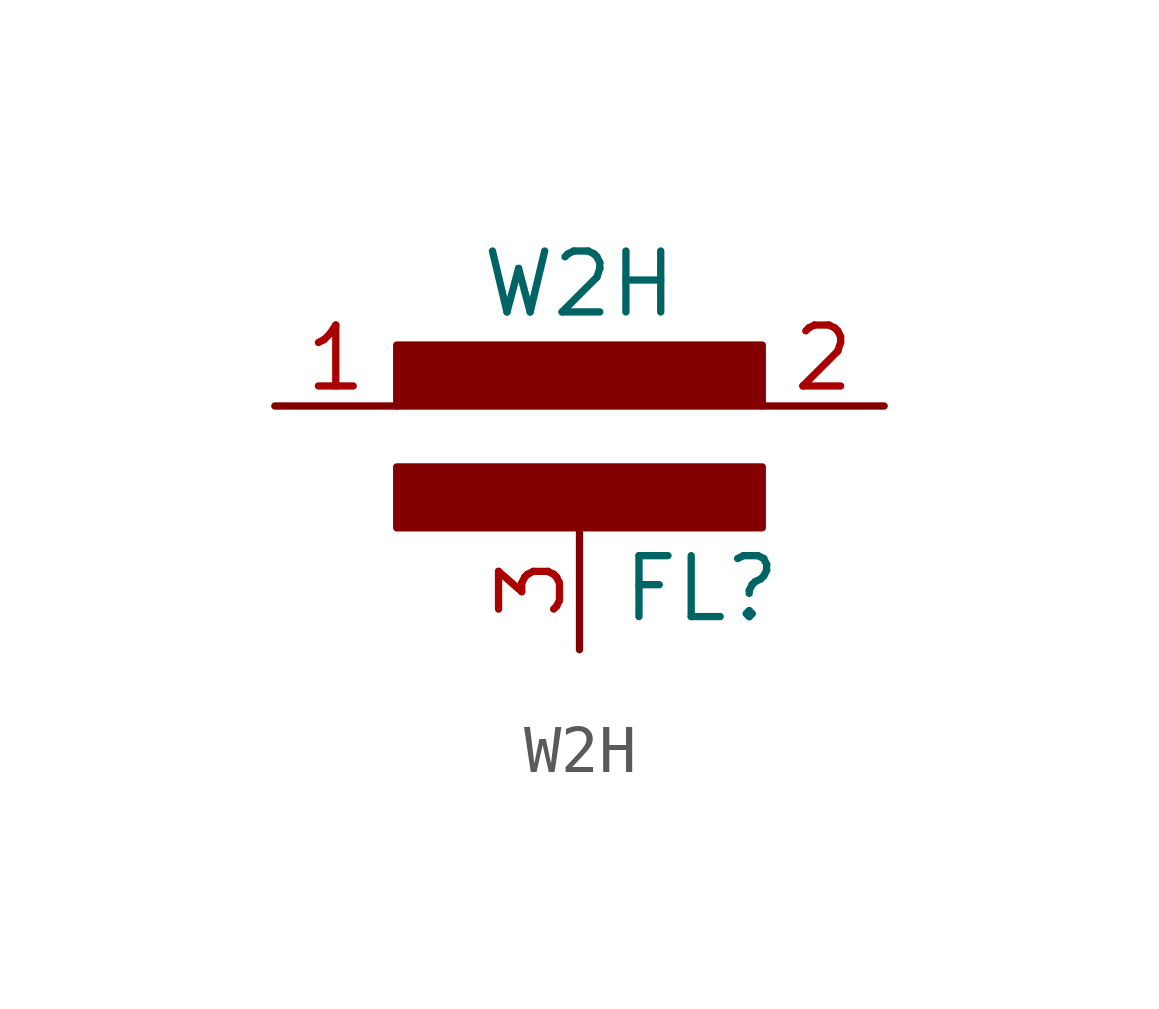
<source format=kicad_sym>
(kicad_symbol_lib
  (version 20201005)
  (generator kicad_symbol_editor)
  (symbol "feedthrough:W2H"
    (property "Reference" "FL"
      (at 2.54 -3.81 0)
      (effects (font (size 1.27 1.27))))
    (property "Value" "W2H"
      (at 0 2.54 0)
      (effects (font (size 1.27 1.27))))
    (symbol "W2H_0_1"
      (rectangle (start 3.81 -2.54) (end -3.81 -1.27) (stroke (width 0.152)) (fill (type outline)))
      (rectangle (start 3.81 0) (end -3.81 1.27) (stroke (width 0.152)) (fill (type outline))))
    (symbol "W2H_1_1"
      (pin input line (at -6.35 0 0) (length 2.54) (name "" (effects (font (size 1.27 1.27)))) (number "1" (effects (font (size 1.27 1.27)))))
      (pin output line (at 6.35 0 180) (length 2.54) (name "" (effects (font (size 1.27 1.27)))) (number "2" (effects (font (size 1.27 1.27)))))
      (pin power_in line (at 0 -5.08 90) (length 2.54) (name "" (effects (font (size 1.27 1.27)))) (number "3" (effects (font (size 1.27 1.27))))))))
</source>
